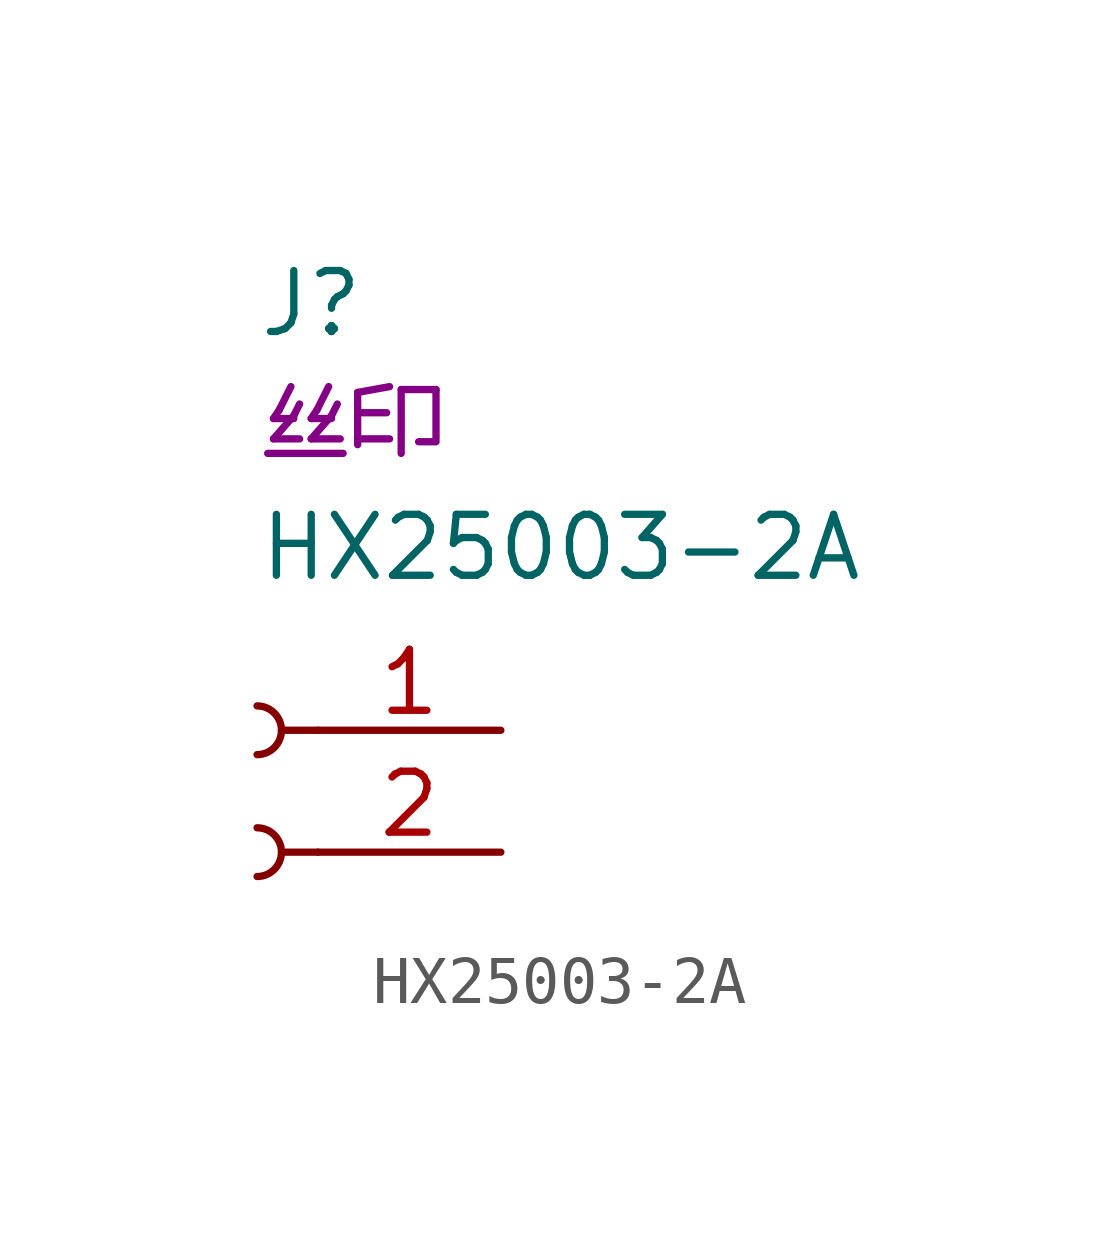
<source format=kicad_sym>
(kicad_symbol_lib
  (version 20220914)
  (generator kicad_symbol_editor)
  (symbol "HX25003-2A"
    (pin_names
      (offset 1.016) hide)
    (property "Reference" "J"
      (at 0 10.16 0)
      (effects (font (size 1.27 1.27)) (justify left)))
    (property "Value" "HX25003-2A"
      (at 0 5.08 0)
      (effects (font (size 1.27 1.27)) (justify left)))
    (property "丝印" "丝印"
      (at 0 7.62 0)
      (effects (font (size 1.27 1.27)) (justify left)))
    (symbol "HX25003-2A_1_1"
      (arc (start 0 -1.778) (mid 0.5058 -1.27) (end 0 -0.762) (stroke (width 0.1524) (type default)) (fill (type none)))
      (polyline (pts (xy 1.27 -1.27) (xy 0.508 -1.27)) (stroke (width 0.152) (type default)) (fill (type none)))
      (polyline (pts (xy 1.27 1.27) (xy 0.508 1.27)) (stroke (width 0.152) (type default)) (fill (type none)))
      (arc (start 0 0.762) (mid 0.5058 1.27) (end 0 1.778) (stroke (width 0.1524) (type default)) (fill (type none)))
      (pin passive line (at 5.08 1.27 180) (length 3.81) (name "Pin_1" (effects (font (size 1.27 1.27)))) (number "1" (effects (font (size 1.27 1.27)))))
      (pin passive line (at 5.08 -1.27 180) (length 3.81) (name "Pin_2" (effects (font (size 1.27 1.27)))) (number "2" (effects (font (size 1.27 1.27))))))))
</source>
